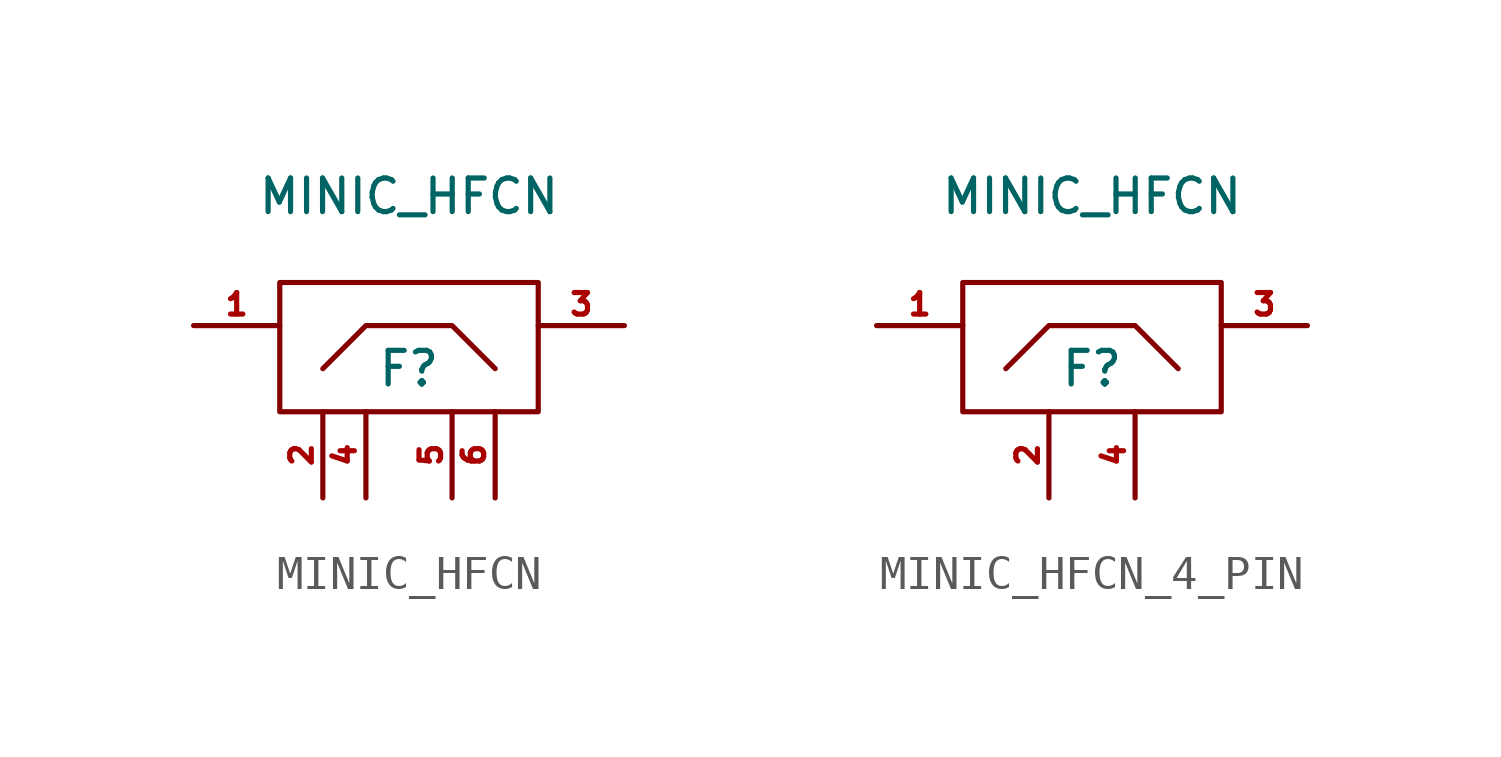
<source format=kicad_sym>
(kicad_symbol_lib
  (version 20241209)
  (generator "kicad_symbol_editor")
  (generator_version "9.0")
  (symbol "MINIC_HFCN"
    (pin_names
      (offset 1.016)
      (hide yes))
    (property "Reference" "F"
      (at 0 0 0)
      (effects (font (size 0.991 0.991))))
    (property "Value" "MINIC_HFCN"
      (at 0 5.08 0)
      (effects (font (size 0.991 0.991))))
    (symbol "MINIC_HFCN_0_0"
      (pin passive line (at -6.35 1.27 0) (length 2.54) (name "RFIN" (effects (font (size 0.635 0.635)))) (number "1" (effects (font (size 0.635 0.635)))))
      (pin passive line (at -2.54 -3.81 90) (length 2.54) (name "GND" (effects (font (size 0.635 0.635)))) (number "2" (effects (font (size 0.635 0.635)))))
      (pin passive line (at -1.27 -3.81 90) (length 2.54) (name "GND" (effects (font (size 0.635 0.635)))) (number "4" (effects (font (size 0.635 0.635)))))
      (pin passive line (at 1.27 -3.81 90) (length 2.54) (name "GND" (effects (font (size 0.635 0.635)))) (number "5" (effects (font (size 0.635 0.635)))))
      (pin passive line (at 2.54 -3.81 90) (length 2.54) (name "GND" (effects (font (size 0.635 0.635)))) (number "6" (effects (font (size 0.635 0.635)))))
      (pin passive line (at 6.35 1.27 180) (length 2.54) (name "RFOUT" (effects (font (size 0.635 0.635)))) (number "3" (effects (font (size 0.635 0.635))))))
    (symbol "MINIC_HFCN_0_1"
      (rectangle (start -3.81 2.54) (end 3.81 -1.27) (stroke (width 0) (type solid)) (fill (type none)))
      (polyline (pts (xy -2.54 0) (xy -1.27 1.27) (xy 1.27 1.27) (xy 2.54 0)) (stroke (width 0) (type solid)) (fill (type none)))))
  (symbol "MINIC_HFCN_4_PIN"
    (pin_names
      (offset 1.016)
      (hide yes))
    (property "Reference" "F"
      (at 0 0 0)
      (effects (font (size 0.991 0.991))))
    (property "Value" "MINIC_HFCN"
      (at 0 5.08 0)
      (effects (font (size 0.991 0.991))))
    (symbol "MINIC_HFCN_4_PIN_0_0"
      (pin passive line (at -6.35 1.27 0) (length 2.54) (name "RFIN" (effects (font (size 0.635 0.635)))) (number "1" (effects (font (size 0.635 0.635)))))
      (pin passive line (at -1.27 -3.81 90) (length 2.54) (name "GND" (effects (font (size 0.635 0.635)))) (number "2" (effects (font (size 0.635 0.635)))))
      (pin passive line (at 1.27 -3.81 90) (length 2.54) (name "GND" (effects (font (size 0.635 0.635)))) (number "4" (effects (font (size 0.635 0.635)))))
      (pin passive line (at 6.35 1.27 180) (length 2.54) (name "RFOUT" (effects (font (size 0.635 0.635)))) (number "3" (effects (font (size 0.635 0.635))))))
    (symbol "MINIC_HFCN_4_PIN_0_1"
      (rectangle (start -3.81 2.54) (end 3.81 -1.27) (stroke (width 0) (type solid)) (fill (type none)))
      (polyline (pts (xy -2.54 0) (xy -1.27 1.27) (xy 1.27 1.27) (xy 2.54 0)) (stroke (width 0) (type solid)) (fill (type none))))))
</source>
